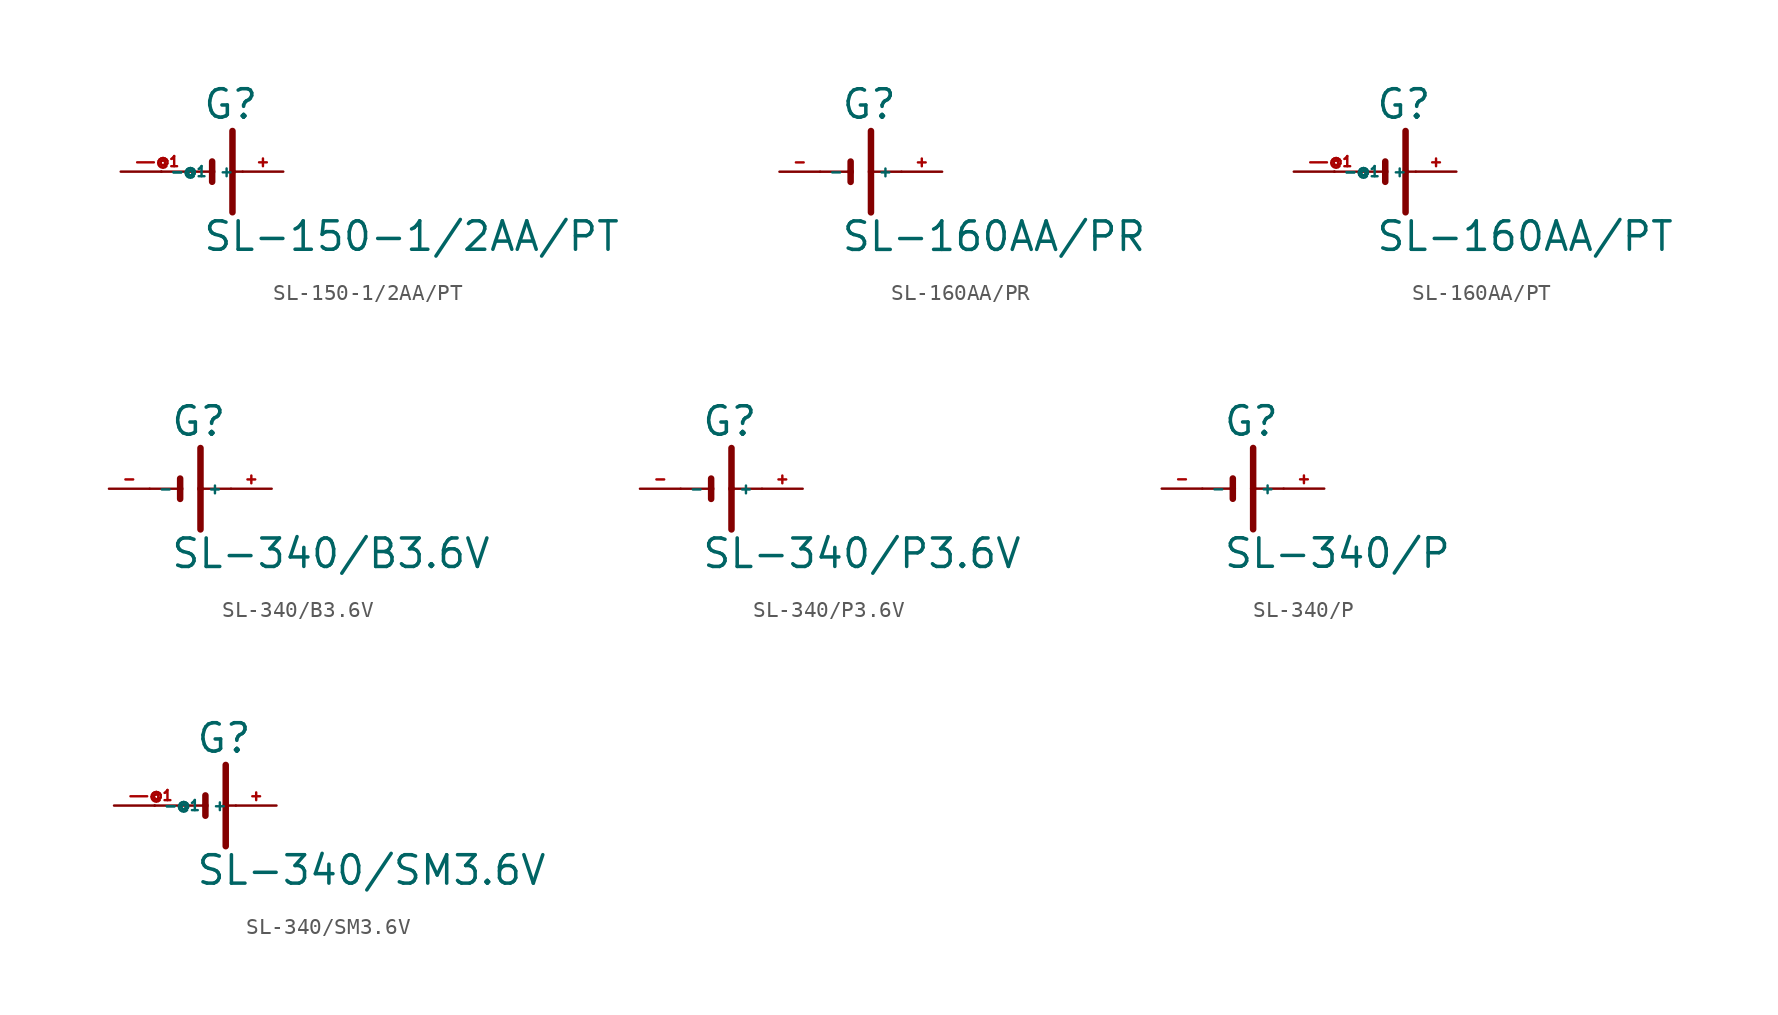
<source format=kicad_sym>
(kicad_symbol_lib
  (version 20220914)
  (generator Eagle2Kicad)
  (symbol "SL-150-1/2AA/PT"
    (property "Reference" "G"
      (at 0 3.175 0)
      (effects (font (size 1.778 1.778) (thickness 0.22)) (justify left bottom)))
    (property "Value" "SL-150-1/2AA/PT"
      (at 0 -5.08 0)
      (effects (font (size 1.778 1.778) (thickness 0.22)) (justify left bottom)))
    (polyline
      (pts (xy 0.635 0.635) (xy 0.635 0))
      (stroke (width 0.406) (type default))
      (fill (type none)))
    (polyline
      (pts (xy -2.54 0) (xy 0.635 0))
      (stroke (width 0.152) (type default))
      (fill (type none)))
    (polyline
      (pts (xy 0.635 0) (xy 0.635 -0.635))
      (stroke (width 0.406) (type default))
      (fill (type none)))
    (polyline
      (pts (xy 1.905 2.54) (xy 1.905 0))
      (stroke (width 0.406) (type default))
      (fill (type none)))
    (polyline
      (pts (xy 1.905 0) (xy 2.54 0))
      (stroke (width 0.152) (type default))
      (fill (type none)))
    (polyline
      (pts (xy 1.905 0) (xy 1.905 -2.54))
      (stroke (width 0.406) (type default))
      (fill (type none)))
    (pin passive line
      (at 5.08 0 180)
      (length 2.54)
      (name "+" (effects (font (size 0.635 0.635) (thickness 0.08)) (justify left bottom)))
      (number "+" (effects (font (size 0.635 0.635) (thickness 0.08)) (justify left bottom))))
    (pin passive line
      (at -5.08 0 0)
      (length 2.54)
      (name "-" (effects (font (size 0.635 0.635) (thickness 0.08)) (justify left bottom)))
      (number "-" (effects (font (size 0.635 0.635) (thickness 0.08)) (justify left bottom))))
    (pin passive line
      (at -2.54 0 0)
      (length 0)
      (name "-@1" (effects (font (size 0.635 0.635) (thickness 0.08)) (justify left bottom)))
      (number "-@1" (effects (font (size 0.635 0.635) (thickness 0.08)) (justify left bottom)))))
  (symbol "SL-160AA/PR"
    (property "Reference" "G"
      (at -1.27 3.175 0)
      (effects (font (size 1.778 1.778) (thickness 0.22)) (justify left bottom)))
    (property "Value" "SL-160AA/PR"
      (at -1.27 -5.08 0)
      (effects (font (size 1.778 1.778) (thickness 0.22)) (justify left bottom)))
    (polyline
      (pts (xy -0.635 0.635) (xy -0.635 0))
      (stroke (width 0.406) (type default))
      (fill (type none)))
    (polyline
      (pts (xy -2.54 0) (xy -0.635 0))
      (stroke (width 0.152) (type default))
      (fill (type none)))
    (polyline
      (pts (xy -0.635 0) (xy -0.635 -0.635))
      (stroke (width 0.406) (type default))
      (fill (type none)))
    (polyline
      (pts (xy 0.635 2.54) (xy 0.635 0))
      (stroke (width 0.406) (type default))
      (fill (type none)))
    (polyline
      (pts (xy 0.635 0) (xy 2.54 0))
      (stroke (width 0.152) (type default))
      (fill (type none)))
    (polyline
      (pts (xy 0.635 0) (xy 0.635 -2.54))
      (stroke (width 0.406) (type default))
      (fill (type none)))
    (pin passive line
      (at 5.08 0 180)
      (length 2.54)
      (name "+" (effects (font (size 0.635 0.635) (thickness 0.08)) (justify left bottom)))
      (number "+" (effects (font (size 0.635 0.635) (thickness 0.08)) (justify left bottom))))
    (pin passive line
      (at -5.08 0 0)
      (length 2.54)
      (name "-" (effects (font (size 0.635 0.635) (thickness 0.08)) (justify left bottom)))
      (number "-" (effects (font (size 0.635 0.635) (thickness 0.08)) (justify left bottom)))))
  (symbol "SL-160AA/PT"
    (property "Reference" "G"
      (at 0 3.175 0)
      (effects (font (size 1.778 1.778) (thickness 0.22)) (justify left bottom)))
    (property "Value" "SL-160AA/PT"
      (at 0 -5.08 0)
      (effects (font (size 1.778 1.778) (thickness 0.22)) (justify left bottom)))
    (polyline
      (pts (xy 0.635 0.635) (xy 0.635 0))
      (stroke (width 0.406) (type default))
      (fill (type none)))
    (polyline
      (pts (xy -2.54 0) (xy 0.635 0))
      (stroke (width 0.152) (type default))
      (fill (type none)))
    (polyline
      (pts (xy 0.635 0) (xy 0.635 -0.635))
      (stroke (width 0.406) (type default))
      (fill (type none)))
    (polyline
      (pts (xy 1.905 2.54) (xy 1.905 0))
      (stroke (width 0.406) (type default))
      (fill (type none)))
    (polyline
      (pts (xy 1.905 0) (xy 2.54 0))
      (stroke (width 0.152) (type default))
      (fill (type none)))
    (polyline
      (pts (xy 1.905 0) (xy 1.905 -2.54))
      (stroke (width 0.406) (type default))
      (fill (type none)))
    (pin passive line
      (at 5.08 0 180)
      (length 2.54)
      (name "+" (effects (font (size 0.635 0.635) (thickness 0.08)) (justify left bottom)))
      (number "+" (effects (font (size 0.635 0.635) (thickness 0.08)) (justify left bottom))))
    (pin passive line
      (at -5.08 0 0)
      (length 2.54)
      (name "-" (effects (font (size 0.635 0.635) (thickness 0.08)) (justify left bottom)))
      (number "-" (effects (font (size 0.635 0.635) (thickness 0.08)) (justify left bottom))))
    (pin passive line
      (at -2.54 0 0)
      (length 0)
      (name "-@1" (effects (font (size 0.635 0.635) (thickness 0.08)) (justify left bottom)))
      (number "-@1" (effects (font (size 0.635 0.635) (thickness 0.08)) (justify left bottom)))))
  (symbol "SL-340/B3.6V"
    (property "Reference" "G"
      (at -1.27 3.175 0)
      (effects (font (size 1.778 1.778) (thickness 0.22)) (justify left bottom)))
    (property "Value" "SL-340/B3.6V"
      (at -1.27 -5.08 0)
      (effects (font (size 1.778 1.778) (thickness 0.22)) (justify left bottom)))
    (polyline
      (pts (xy -0.635 0.635) (xy -0.635 0))
      (stroke (width 0.406) (type default))
      (fill (type none)))
    (polyline
      (pts (xy -2.54 0) (xy -0.635 0))
      (stroke (width 0.152) (type default))
      (fill (type none)))
    (polyline
      (pts (xy -0.635 0) (xy -0.635 -0.635))
      (stroke (width 0.406) (type default))
      (fill (type none)))
    (polyline
      (pts (xy 0.635 2.54) (xy 0.635 0))
      (stroke (width 0.406) (type default))
      (fill (type none)))
    (polyline
      (pts (xy 0.635 0) (xy 2.54 0))
      (stroke (width 0.152) (type default))
      (fill (type none)))
    (polyline
      (pts (xy 0.635 0) (xy 0.635 -2.54))
      (stroke (width 0.406) (type default))
      (fill (type none)))
    (pin passive line
      (at 5.08 0 180)
      (length 2.54)
      (name "+" (effects (font (size 0.635 0.635) (thickness 0.08)) (justify left bottom)))
      (number "+" (effects (font (size 0.635 0.635) (thickness 0.08)) (justify left bottom))))
    (pin passive line
      (at -5.08 0 0)
      (length 2.54)
      (name "-" (effects (font (size 0.635 0.635) (thickness 0.08)) (justify left bottom)))
      (number "-" (effects (font (size 0.635 0.635) (thickness 0.08)) (justify left bottom)))))
  (symbol "SL-340/P3.6V"
    (property "Reference" "G"
      (at -1.27 3.175 0)
      (effects (font (size 1.778 1.778) (thickness 0.22)) (justify left bottom)))
    (property "Value" "SL-340/P3.6V"
      (at -1.27 -5.08 0)
      (effects (font (size 1.778 1.778) (thickness 0.22)) (justify left bottom)))
    (polyline
      (pts (xy -0.635 0.635) (xy -0.635 0))
      (stroke (width 0.406) (type default))
      (fill (type none)))
    (polyline
      (pts (xy -2.54 0) (xy -0.635 0))
      (stroke (width 0.152) (type default))
      (fill (type none)))
    (polyline
      (pts (xy -0.635 0) (xy -0.635 -0.635))
      (stroke (width 0.406) (type default))
      (fill (type none)))
    (polyline
      (pts (xy 0.635 2.54) (xy 0.635 0))
      (stroke (width 0.406) (type default))
      (fill (type none)))
    (polyline
      (pts (xy 0.635 0) (xy 2.54 0))
      (stroke (width 0.152) (type default))
      (fill (type none)))
    (polyline
      (pts (xy 0.635 0) (xy 0.635 -2.54))
      (stroke (width 0.406) (type default))
      (fill (type none)))
    (pin passive line
      (at 5.08 0 180)
      (length 2.54)
      (name "+" (effects (font (size 0.635 0.635) (thickness 0.08)) (justify left bottom)))
      (number "+" (effects (font (size 0.635 0.635) (thickness 0.08)) (justify left bottom))))
    (pin passive line
      (at -5.08 0 0)
      (length 2.54)
      (name "-" (effects (font (size 0.635 0.635) (thickness 0.08)) (justify left bottom)))
      (number "-" (effects (font (size 0.635 0.635) (thickness 0.08)) (justify left bottom)))))
  (symbol "SL-340/P"
    (property "Reference" "G"
      (at -1.27 3.175 0)
      (effects (font (size 1.778 1.778) (thickness 0.22)) (justify left bottom)))
    (property "Value" "SL-340/P"
      (at -1.27 -5.08 0)
      (effects (font (size 1.778 1.778) (thickness 0.22)) (justify left bottom)))
    (polyline
      (pts (xy -0.635 0.635) (xy -0.635 0))
      (stroke (width 0.406) (type default))
      (fill (type none)))
    (polyline
      (pts (xy -2.54 0) (xy -0.635 0))
      (stroke (width 0.152) (type default))
      (fill (type none)))
    (polyline
      (pts (xy -0.635 0) (xy -0.635 -0.635))
      (stroke (width 0.406) (type default))
      (fill (type none)))
    (polyline
      (pts (xy 0.635 2.54) (xy 0.635 0))
      (stroke (width 0.406) (type default))
      (fill (type none)))
    (polyline
      (pts (xy 0.635 0) (xy 2.54 0))
      (stroke (width 0.152) (type default))
      (fill (type none)))
    (polyline
      (pts (xy 0.635 0) (xy 0.635 -2.54))
      (stroke (width 0.406) (type default))
      (fill (type none)))
    (pin passive line
      (at 5.08 0 180)
      (length 2.54)
      (name "+" (effects (font (size 0.635 0.635) (thickness 0.08)) (justify left bottom)))
      (number "+" (effects (font (size 0.635 0.635) (thickness 0.08)) (justify left bottom))))
    (pin passive line
      (at -5.08 0 0)
      (length 2.54)
      (name "-" (effects (font (size 0.635 0.635) (thickness 0.08)) (justify left bottom)))
      (number "-" (effects (font (size 0.635 0.635) (thickness 0.08)) (justify left bottom)))))
  (symbol "SL-340/SM3.6V"
    (property "Reference" "G"
      (at 0 3.175 0)
      (effects (font (size 1.778 1.778) (thickness 0.22)) (justify left bottom)))
    (property "Value" "SL-340/SM3.6V"
      (at 0 -5.08 0)
      (effects (font (size 1.778 1.778) (thickness 0.22)) (justify left bottom)))
    (polyline
      (pts (xy 0.635 0.635) (xy 0.635 0))
      (stroke (width 0.406) (type default))
      (fill (type none)))
    (polyline
      (pts (xy -2.54 0) (xy 0.635 0))
      (stroke (width 0.152) (type default))
      (fill (type none)))
    (polyline
      (pts (xy 0.635 0) (xy 0.635 -0.635))
      (stroke (width 0.406) (type default))
      (fill (type none)))
    (polyline
      (pts (xy 1.905 2.54) (xy 1.905 0))
      (stroke (width 0.406) (type default))
      (fill (type none)))
    (polyline
      (pts (xy 1.905 0) (xy 2.54 0))
      (stroke (width 0.152) (type default))
      (fill (type none)))
    (polyline
      (pts (xy 1.905 0) (xy 1.905 -2.54))
      (stroke (width 0.406) (type default))
      (fill (type none)))
    (pin passive line
      (at 5.08 0 180)
      (length 2.54)
      (name "+" (effects (font (size 0.635 0.635) (thickness 0.08)) (justify left bottom)))
      (number "+" (effects (font (size 0.635 0.635) (thickness 0.08)) (justify left bottom))))
    (pin passive line
      (at -5.08 0 0)
      (length 2.54)
      (name "-" (effects (font (size 0.635 0.635) (thickness 0.08)) (justify left bottom)))
      (number "-" (effects (font (size 0.635 0.635) (thickness 0.08)) (justify left bottom))))
    (pin passive line
      (at -2.54 0 0)
      (length 0)
      (name "-@1" (effects (font (size 0.635 0.635) (thickness 0.08)) (justify left bottom)))
      (number "-@1" (effects (font (size 0.635 0.635) (thickness 0.08)) (justify left bottom))))))
</source>
